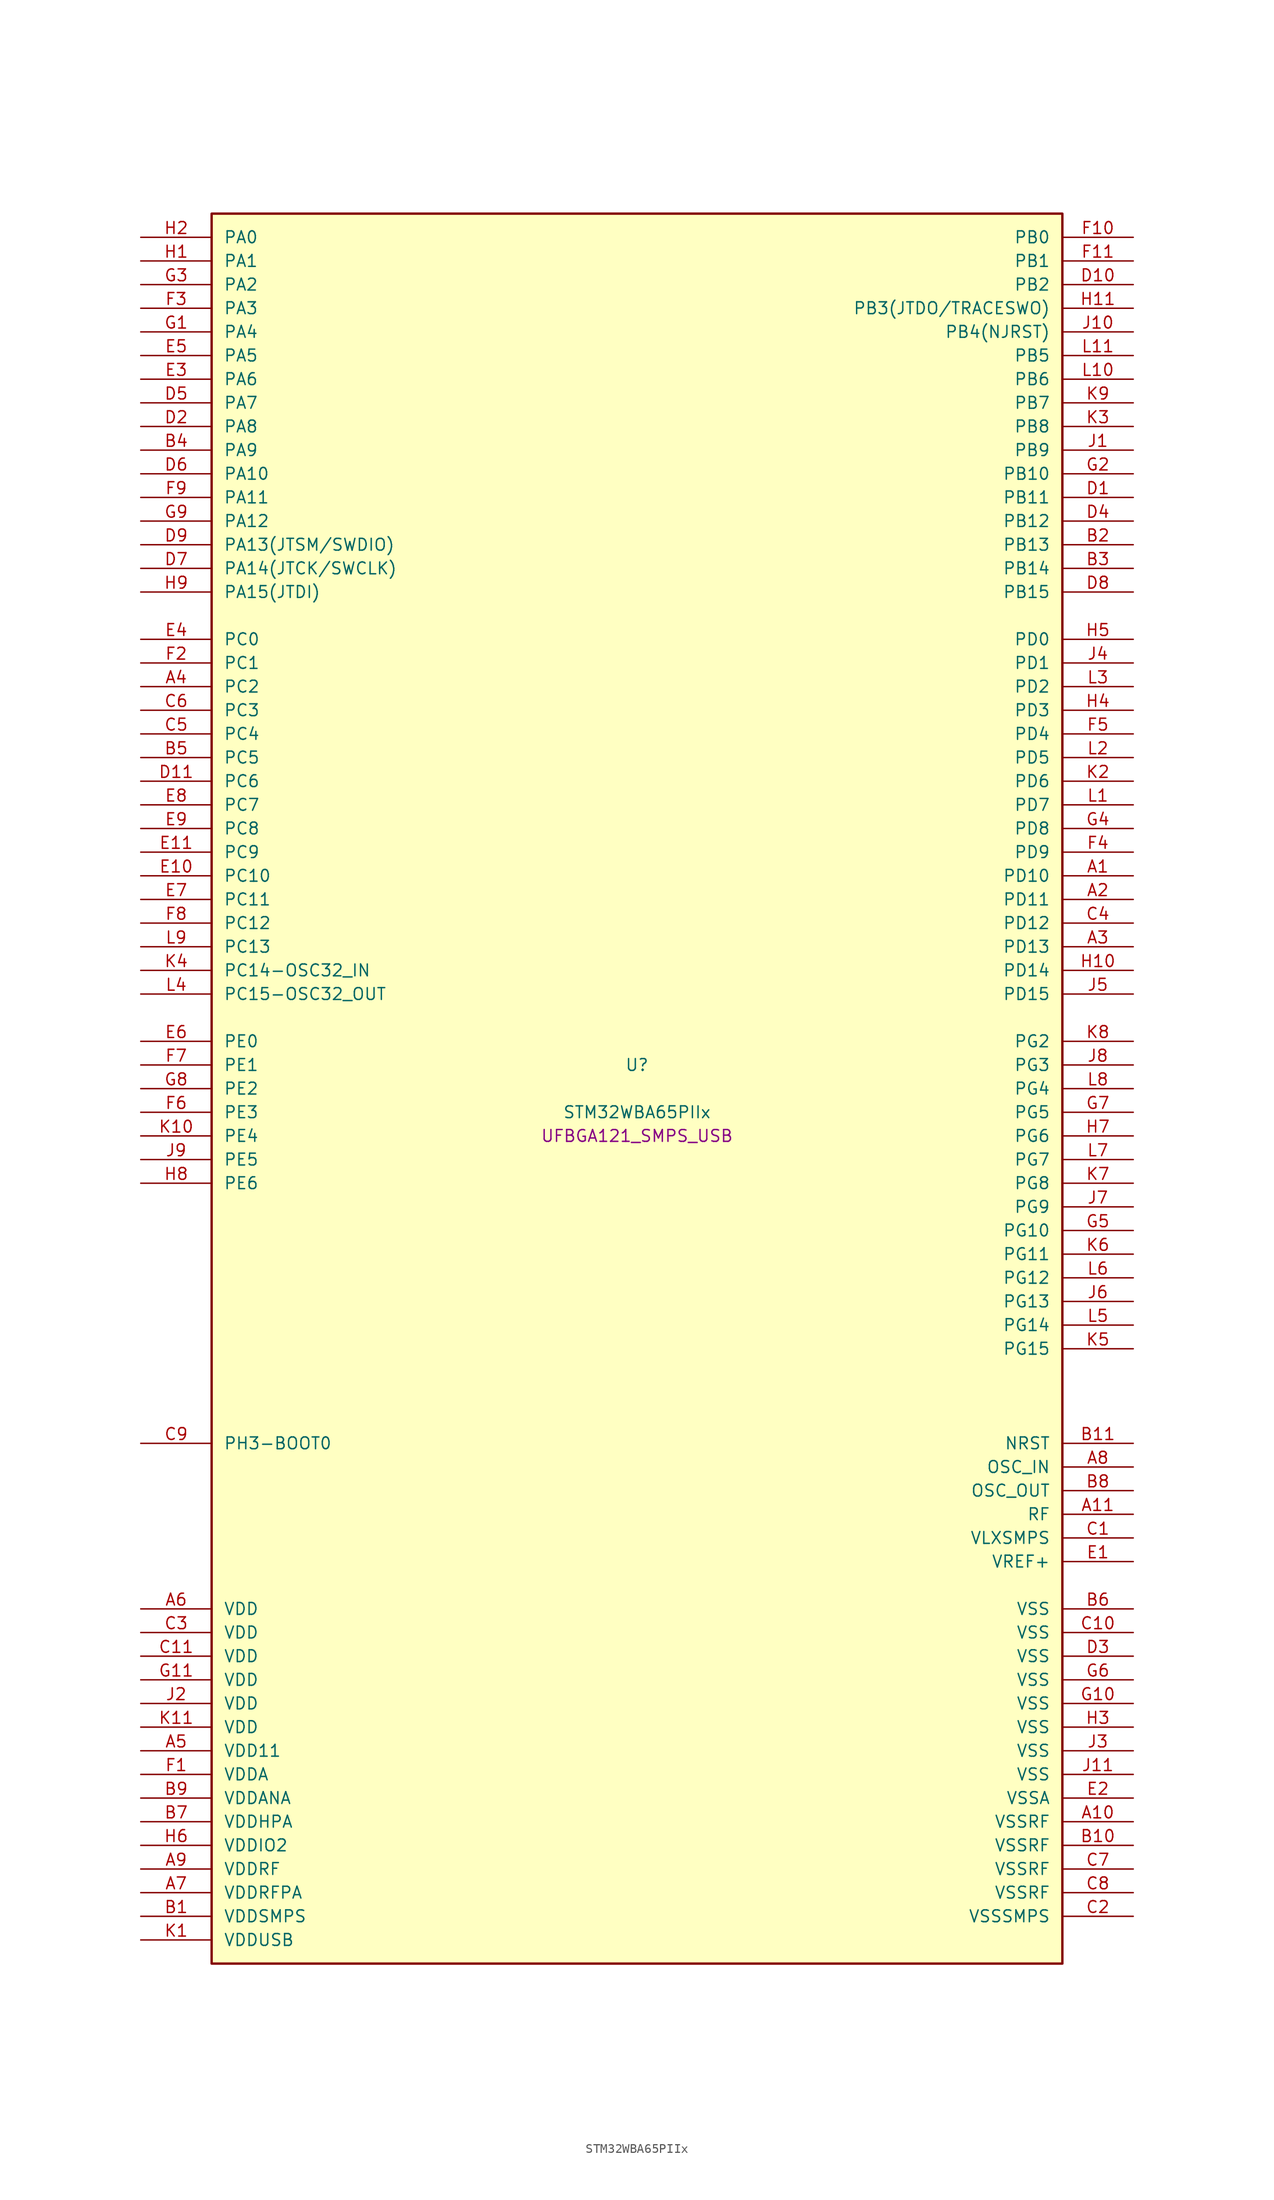
<source format=kicad_sym>
(kicad_symbol_lib
  (version 20241209)
  (generator "stm32_pkl_generator")
  (generator_version "1.0")
  (symbol "STM32WBA65PIIx"
    (pin_names
      (offset 1.27))
    (property "Reference" "U"
      (at 0 2.54 0))
    (property "Value" "STM32WBA65PIIx"
      (at 0 -2.54 0))
    (property "Footprint" "UFBGA121_SMPS_USB"
      (at 0 -5.08 0))
    (symbol "STM32WBA65PIIx_1_1"
      (rectangle (start -45.72 93.98) (end 45.72 -93.98) (stroke (width 0.254) (type solid)) (fill (type background)))
      (pin bidirectional line (at -53.34 91.44 0) (length 7.62) (name "PA0") (number "H2") (alternate "PA0/ADC4_IN9" bidirectional line) (alternate "PA0/COMP2_INP" bidirectional line) (alternate "PA0/LPTIM1_IN1" bidirectional line) (alternate "PA0/LPUART1_CTS" bidirectional line) (alternate "PA0/PWR_WKUP1" bidirectional line) (alternate "PA0/SPI3_SCK" bidirectional line) (alternate "PA0/TIM1_CH2N" bidirectional line) (alternate "PA0/TIM3_CH3" bidirectional line) (alternate "PA0/TIM3_ETR" bidirectional line) (alternate "PA0/TSC_G2_IO2" bidirectional line))
      (pin bidirectional line (at -53.34 88.9 0) (length 7.62) (name "PA1") (number "H1") (alternate "PA1/ADC4_IN8" bidirectional line) (alternate "PA1/COMP1_INM" bidirectional line) (alternate "PA1/LPTIM2_CH2" bidirectional line) (alternate "PA1/LPUART1_RX" bidirectional line) (alternate "PA1/PWR_WKUP3" bidirectional line) (alternate "PA1/SAI1_CK1" bidirectional line) (alternate "PA1/SPI1_RDY" bidirectional line) (alternate "PA1/SPI3_MISO" bidirectional line) (alternate "PA1/TIM17_CH1" bidirectional line) (alternate "PA1/TIM1_CH1N" bidirectional line) (alternate "PA1/TIM3_CH2" bidirectional line) (alternate "PA1/TSC_G2_IO1" bidirectional line) (alternate "PA1/USART1_CK" bidirectional line))
      (pin bidirectional line (at -53.34 86.36 0) (length 7.62) (name "PA2") (number "G3") (alternate "PA2/ADC4_IN7" bidirectional line) (alternate "PA2/COMP1_INP" bidirectional line) (alternate "PA2/LPUART1_TX" bidirectional line) (alternate "PA2/PWR_WKUP4" bidirectional line) (alternate "PA2/RCC_LSCO" bidirectional line) (alternate "PA2/SAI1_D1" bidirectional line) (alternate "PA2/TIM16_CH1" bidirectional line) (alternate "PA2/TIM1_BKIN" bidirectional line) (alternate "PA2/TIM3_CH1" bidirectional line) (alternate "PA2/TSC_G4_IO4" bidirectional line) (alternate "PA2/USART1_DE" bidirectional line) (alternate "PA2/USART1_RTS" bidirectional line))
      (pin bidirectional line (at -53.34 83.82 0) (length 7.62) (name "PA3") (number "F3") (alternate "PA3/ADC4_IN6" bidirectional line) (alternate "PA3/PWR_WKUP5" bidirectional line) (alternate "PA3/TIM16_CH1N" bidirectional line) (alternate "PA3/TSC_G4_IO2" bidirectional line) (alternate "PA3/USART1_DE" bidirectional line) (alternate "PA3/USART1_RTS" bidirectional line))
      (pin bidirectional line (at -53.34 81.28 0) (length 7.62) (name "PA4") (number "G1") (alternate "PA4/ADC4_IN5" bidirectional line) (alternate "PA4/AUDIOCLK" bidirectional line) (alternate "PA4/PWR_WKUP2" bidirectional line) (alternate "PA4/TAMP_IN6" bidirectional line) (alternate "PA4/TAMP_OUT3" bidirectional line) (alternate "PA4/TIM16_CH1" bidirectional line) (alternate "PA4/TSC_G4_IO1" bidirectional line) (alternate "PA4/USART1_CTS" bidirectional line))
      (pin bidirectional line (at -53.34 78.74 0) (length 7.62) (name "PA5") (number "E5") (alternate "PA5/ADC4_IN4" bidirectional line) (alternate "PA5/AUDIOCLK" bidirectional line) (alternate "PA5/LPTIM2_ETR" bidirectional line) (alternate "PA5/PWR_CSLEEP" bidirectional line) (alternate "PA5/PWR_WKUP6" bidirectional line) (alternate "PA5/SAI1_D2" bidirectional line) (alternate "PA5/SPI3_NSS" bidirectional line) (alternate "PA5/TIM2_CH1" bidirectional line) (alternate "PA5/TIM2_ETR" bidirectional line) (alternate "PA5/TSC_G1_IO4" bidirectional line) (alternate "PA5/USART1_CK" bidirectional line) (alternate "PA5/USART3_RX" bidirectional line))
      (pin bidirectional line (at -53.34 76.2 0) (length 7.62) (name "PA6") (number "E3") (alternate "PA6/ADC4_IN3" bidirectional line) (alternate "PA6/I2C3_SCL" bidirectional line) (alternate "PA6/PWR_CSTOP" bidirectional line) (alternate "PA6/PWR_WKUP7" bidirectional line) (alternate "PA6/SAI1_CK2" bidirectional line) (alternate "PA6/SAI1_MCLK_A" bidirectional line) (alternate "PA6/SPI3_RDY" bidirectional line) (alternate "PA6/TIM2_CH4" bidirectional line) (alternate "PA6/TSC_G1_IO3" bidirectional line) (alternate "PA6/USART1_DE" bidirectional line) (alternate "PA6/USART1_RTS" bidirectional line) (alternate "PA6/USART3_CTS" bidirectional line))
      (pin bidirectional line (at -53.34 73.66 0) (length 7.62) (name "PA7") (number "D5") (alternate "PA7/ADC4_IN2" bidirectional line) (alternate "PA7/COMP1_OUT" bidirectional line) (alternate "PA7/I2C3_SDA" bidirectional line) (alternate "PA7/PWR_WKUP8" bidirectional line) (alternate "PA7/SAI1_SCK_A" bidirectional line) (alternate "PA7/SPI3_SCK" bidirectional line) (alternate "PA7/TAMP_IN1" bidirectional line) (alternate "PA7/TAMP_OUT2" bidirectional line) (alternate "PA7/TIM2_CH3" bidirectional line) (alternate "PA7/TSC_G1_IO2" bidirectional line) (alternate "PA7/USART1_CTS" bidirectional line) (alternate "PA7/USART3_TX" bidirectional line))
      (pin bidirectional line (at -53.34 71.12 0) (length 7.62) (name "PA8") (number "D2") (alternate "PA8/ADC4_IN1" bidirectional line) (alternate "PA8/LPTIM1_CH2" bidirectional line) (alternate "PA8/RCC_MCO" bidirectional line) (alternate "PA8/SAI1_FS_A" bidirectional line) (alternate "PA8/SPI3_RDY" bidirectional line) (alternate "PA8/TIM2_CH2" bidirectional line) (alternate "PA8/TSC_G1_IO1" bidirectional line) (alternate "PA8/USART1_RX" bidirectional line) (alternate "PA8/USB_OTG_HS_SOF" bidirectional line))
      (pin bidirectional line (at -53.34 68.58 0) (length 7.62) (name "PA9") (number "B4") (alternate "PA9/LPUART1_DE" bidirectional line) (alternate "PA9/LPUART1_RTS" bidirectional line) (alternate "PA9/SAI1_CK1" bidirectional line) (alternate "PA9/SPI2_MISO" bidirectional line) (alternate "PA9/SPI2_SCK" bidirectional line) (alternate "PA9/TIM3_CH2" bidirectional line))
      (pin bidirectional line (at -53.34 66.04 0) (length 7.62) (name "PA10") (number "D6") (alternate "PA10/LPUART1_RX" bidirectional line) (alternate "PA10/SAI1_D1" bidirectional line) (alternate "PA10/SPI2_NSS" bidirectional line) (alternate "PA10/TIM3_CH1" bidirectional line))
      (pin bidirectional line (at -53.34 63.5 0) (length 7.62) (name "PA11") (number "F9") (alternate "PA11/LPTIM2_CH1" bidirectional line) (alternate "PA11/RF_ANTSW1" bidirectional line) (alternate "PA11/TIM1_CH1" bidirectional line) (alternate "PA11/USART2_RX" bidirectional line))
      (pin bidirectional line (at -53.34 60.96 0) (length 7.62) (name "PA12") (number "G9") (alternate "PA12/COMP2_OUT" bidirectional line) (alternate "PA12/PTA_STATUS" bidirectional line) (alternate "PA12/PWR_WKUP6" bidirectional line) (alternate "PA12/RF_ANTSW0" bidirectional line) (alternate "PA12/SPI1_NSS" bidirectional line) (alternate "PA12/TIM1_CH2" bidirectional line) (alternate "PA12/TSC_G3_IO4" bidirectional line) (alternate "PA12/USART2_TX" bidirectional line))
      (pin bidirectional line (at -53.34 58.42 0) (length 7.62) (name "PA13(JTSM/SWDIO)") (number "D9") (alternate "PA13(JTSM/SWDIO)/DEBUG_JTMS-SWDIO" bidirectional line) (alternate "PA13(JTSM/SWDIO)/IR_OUT" bidirectional line) (alternate "PA13(JTSM/SWDIO)/PTA_PRIORITY" bidirectional line))
      (pin bidirectional line (at -53.34 55.88 0) (length 7.62) (name "PA14(JTCK/SWCLK)") (number "D7") (alternate "PA14(JTCK/SWCLK)/COMP2_OUT" bidirectional line) (alternate "PA14(JTCK/SWCLK)/DEBUG_JTCK-SWCLK" bidirectional line) (alternate "PA14(JTCK/SWCLK)/I2C4_SMBA" bidirectional line) (alternate "PA14(JTCK/SWCLK)/PTA_STATUS" bidirectional line) (alternate "PA14(JTCK/SWCLK)/TAMP_IN3" bidirectional line) (alternate "PA14(JTCK/SWCLK)/TAMP_OUT6" bidirectional line) (alternate "PA14(JTCK/SWCLK)/USART2_TX" bidirectional line) (alternate "PA14(JTCK/SWCLK)/USB_OTG_HS_SOF" bidirectional line))
      (pin bidirectional line (at -53.34 53.34 0) (length 7.62) (name "PA15(JTDI)") (number "H9") (alternate "PA15(JTDI)/ADC4_EXTI15" bidirectional line) (alternate "PA15(JTDI)/DEBUG_JTDI" bidirectional line) (alternate "PA15(JTDI)/I2C1_SCL" bidirectional line) (alternate "PA15(JTDI)/LPTIM1_CH2" bidirectional line) (alternate "PA15(JTDI)/PTA_STATUS" bidirectional line) (alternate "PA15(JTDI)/SPI1_MOSI" bidirectional line) (alternate "PA15(JTDI)/TIM17_BKIN" bidirectional line) (alternate "PA15(JTDI)/TIM1_ETR" bidirectional line) (alternate "PA15(JTDI)/TSC_G3_IO3" bidirectional line) (alternate "PA15(JTDI)/USART2_DE" bidirectional line) (alternate "PA15(JTDI)/USART2_RTS" bidirectional line) (alternate "PA15(JTDI)/USART3_DE" bidirectional line) (alternate "PA15(JTDI)/USART3_RTS" bidirectional line))
      (pin bidirectional line (at 53.34 91.44 180) (length 7.62) (name "PB0") (number "F10") (alternate "PB0/LPTIM2_IN2" bidirectional line) (alternate "PB0/SPI2_MOSI" bidirectional line) (alternate "PB0/TIM1_CH3N" bidirectional line) (alternate "PB0/USART2_TX" bidirectional line) (alternate "PB0/USART3_CK" bidirectional line))
      (pin bidirectional line (at 53.34 88.9 180) (length 7.62) (name "PB1") (number "F11") (alternate "PB1/I2C1_SDA" bidirectional line) (alternate "PB1/I2C3_SDA" bidirectional line) (alternate "PB1/PWR_WKUP4" bidirectional line) (alternate "PB1/TIM1_CH2N" bidirectional line) (alternate "PB1/USART2_DE" bidirectional line) (alternate "PB1/USART2_RTS" bidirectional line) (alternate "PB1/USART3_DE" bidirectional line) (alternate "PB1/USART3_RTS" bidirectional line))
      (pin bidirectional line (at 53.34 86.36 180) (length 7.62) (name "PB2") (number "D10") (alternate "PB2/I2C1_SCL" bidirectional line) (alternate "PB2/I2C3_SCL" bidirectional line) (alternate "PB2/PWR_WKUP1" bidirectional line) (alternate "PB2/RF_ANTSW2" bidirectional line) (alternate "PB2/RTC_OUT2" bidirectional line) (alternate "PB2/TIM1_CH1N" bidirectional line) (alternate "PB2/USART2_CTS" bidirectional line))
      (pin bidirectional line (at 53.34 83.82 180) (length 7.62) (name "PB3(JTDO/TRACESWO)") (number "H11") (alternate "PB3(JTDO/TRACESWO)/DEBUG_JTDO-SWO" bidirectional line) (alternate "PB3(JTDO/TRACESWO)/I2C1_SDA" bidirectional line) (alternate "PB3(JTDO/TRACESWO)/LPTIM1_IN2" bidirectional line) (alternate "PB3(JTDO/TRACESWO)/PTA_ACTIVE" bidirectional line) (alternate "PB3(JTDO/TRACESWO)/SPI1_MISO" bidirectional line) (alternate "PB3(JTDO/TRACESWO)/TIM17_CH1N" bidirectional line) (alternate "PB3(JTDO/TRACESWO)/TIM1_CH4" bidirectional line) (alternate "PB3(JTDO/TRACESWO)/TSC_G3_IO2" bidirectional line) (alternate "PB3(JTDO/TRACESWO)/USART2_CK" bidirectional line))
      (pin bidirectional line (at 53.34 81.28 180) (length 7.62) (name "PB4(NJRST)") (number "J10") (alternate "PB4(NJRST)/DEBUG_NJTRST" bidirectional line) (alternate "PB4(NJRST)/LPTIM2_IN2" bidirectional line) (alternate "PB4(NJRST)/PTA_ACTIVE" bidirectional line) (alternate "PB4(NJRST)/PTA_PRIORITY" bidirectional line) (alternate "PB4(NJRST)/SAI1_MCLK_B" bidirectional line) (alternate "PB4(NJRST)/SPI1_SCK" bidirectional line) (alternate "PB4(NJRST)/TIM17_CH1" bidirectional line) (alternate "PB4(NJRST)/TIM1_CH3" bidirectional line) (alternate "PB4(NJRST)/TSC_G3_IO1" bidirectional line) (alternate "PB4(NJRST)/USART2_RX" bidirectional line))
      (pin bidirectional line (at 53.34 78.74 180) (length 7.62) (name "PB5") (number "L11") (alternate "PB5/LPUART1_TX" bidirectional line) (alternate "PB5/SAI1_D2" bidirectional line) (alternate "PB5/SAI1_FS_B" bidirectional line) (alternate "PB5/TIM3_CH1" bidirectional line) (alternate "PB5/TSC_G5_IO4" bidirectional line))
      (pin bidirectional line (at 53.34 76.2 180) (length 7.62) (name "PB6") (number "L10") (alternate "PB6/PWR_WKUP3" bidirectional line) (alternate "PB6/SAI1_SCK_B" bidirectional line) (alternate "PB6/TIM2_CH1" bidirectional line) (alternate "PB6/TIM2_ETR" bidirectional line) (alternate "PB6/TIM4_CH1" bidirectional line) (alternate "PB6/TSC_G5_IO3" bidirectional line))
      (pin bidirectional line (at 53.34 73.66 180) (length 7.62) (name "PB7") (number "K9") (alternate "PB7/PWR_WKUP5" bidirectional line) (alternate "PB7/SAI1_SD_B" bidirectional line) (alternate "PB7/TAMP_IN5" bidirectional line) (alternate "PB7/TAMP_OUT4" bidirectional line) (alternate "PB7/TIM1_CH4N" bidirectional line) (alternate "PB7/TIM4_CH2" bidirectional line) (alternate "PB7/TSC_G5_IO2" bidirectional line))
      (pin bidirectional line (at 53.34 71.12 180) (length 7.62) (name "PB8") (number "K3") (alternate "PB8/COMP1_OUT" bidirectional line) (alternate "PB8/LPTIM1_ETR" bidirectional line) (alternate "PB8/PWR_PVD_IN" bidirectional line) (alternate "PB8/SPI3_MOSI" bidirectional line) (alternate "PB8/TIM16_CH1N" bidirectional line) (alternate "PB8/TIM1_CH1" bidirectional line) (alternate "PB8/TIM3_ETR" bidirectional line) (alternate "PB8/TIM4_CH3" bidirectional line) (alternate "PB8/TSC_G2_IO4" bidirectional line) (alternate "PB8/USART2_RX" bidirectional line))
      (pin bidirectional line (at 53.34 68.58 180) (length 7.62) (name "PB9") (number "J1") (alternate "PB9/ADC4_IN10" bidirectional line) (alternate "PB9/COMP2_INM" bidirectional line) (alternate "PB9/IR_OUT" bidirectional line) (alternate "PB9/LPTIM2_IN1" bidirectional line) (alternate "PB9/LPUART1_DE" bidirectional line) (alternate "PB9/LPUART1_RTS" bidirectional line) (alternate "PB9/PWR_WKUP8" bidirectional line) (alternate "PB9/SPI2_NSS" bidirectional line) (alternate "PB9/SPI3_MISO" bidirectional line) (alternate "PB9/TIM16_CH1" bidirectional line) (alternate "PB9/TIM1_CH3N" bidirectional line) (alternate "PB9/TIM3_CH4" bidirectional line) (alternate "PB9/TIM4_CH4" bidirectional line) (alternate "PB9/TSC_G2_IO3" bidirectional line))
      (pin bidirectional line (at 53.34 66.04 180) (length 7.62) (name "PB10") (number "G2") (alternate "PB10/I2C2_SCL" bidirectional line) (alternate "PB10/I2C4_SCL" bidirectional line) (alternate "PB10/SPI2_SCK" bidirectional line) (alternate "PB10/TIM16_BKIN" bidirectional line) (alternate "PB10/TSC_G4_IO3" bidirectional line) (alternate "PB10/USART1_CK" bidirectional line) (alternate "PB10/USART3_TX" bidirectional line))
      (pin bidirectional line (at 53.34 63.5 180) (length 7.62) (name "PB11") (number "D1") (alternate "PB11/I2C2_SDA" bidirectional line) (alternate "PB11/I2C4_SDA" bidirectional line) (alternate "PB11/LPTIM1_CH1" bidirectional line) (alternate "PB11/LPTIM1_ETR" bidirectional line) (alternate "PB11/LPUART1_TX" bidirectional line) (alternate "PB11/SPI2_RDY" bidirectional line) (alternate "PB11/USART3_RX" bidirectional line))
      (pin bidirectional line (at 53.34 60.96 180) (length 7.62) (name "PB12") (number "D4") (alternate "PB12/I2C2_SMBA" bidirectional line) (alternate "PB12/SAI1_SD_A" bidirectional line) (alternate "PB12/SPI1_RDY" bidirectional line) (alternate "PB12/SPI2_NSS" bidirectional line) (alternate "PB12/TIM2_CH1" bidirectional line) (alternate "PB12/TIM2_ETR" bidirectional line) (alternate "PB12/TIM3_ETR" bidirectional line) (alternate "PB12/TSC_SYNC" bidirectional line) (alternate "PB12/USART1_TX" bidirectional line) (alternate "PB12/USART3_CK" bidirectional line))
      (pin bidirectional line (at 53.34 58.42 180) (length 7.62) (name "PB13") (number "B2") (alternate "PB13/I2C2_SCL" bidirectional line) (alternate "PB13/SPI2_SCK" bidirectional line) (alternate "PB13/TIM3_CH4" bidirectional line) (alternate "PB13/TSC_G6_IO2" bidirectional line) (alternate "PB13/USART3_CTS" bidirectional line))
      (pin bidirectional line (at 53.34 55.88 180) (length 7.62) (name "PB14") (number "B3") (alternate "PB14/I2C2_SDA" bidirectional line) (alternate "PB14/PWR_WKUP7" bidirectional line) (alternate "PB14/RTC_REFIN" bidirectional line) (alternate "PB14/SAI1_SD_A" bidirectional line) (alternate "PB14/SPI2_MISO" bidirectional line) (alternate "PB14/TIM3_CH3" bidirectional line) (alternate "PB14/TSC_G6_IO1" bidirectional line) (alternate "PB14/USART1_TX" bidirectional line) (alternate "PB14/USART3_DE" bidirectional line) (alternate "PB14/USART3_RTS" bidirectional line))
      (pin bidirectional line (at 53.34 53.34 180) (length 7.62) (name "PB15") (number "D8") (alternate "PB15/ADC4_EXTI15" bidirectional line) (alternate "PB15/I2C1_SMBA" bidirectional line) (alternate "PB15/I2C3_SMBA" bidirectional line) (alternate "PB15/LPUART1_CTS" bidirectional line) (alternate "PB15/PTA_GRANT" bidirectional line) (alternate "PB15/RF_EXTPABYP" bidirectional line) (alternate "PB15/TIM16_BKIN" bidirectional line) (alternate "PB15/TIM1_BKIN2" bidirectional line) (alternate "PB15/USART2_CTS" bidirectional line))
      (pin bidirectional line (at -53.34 48.26 0) (length 7.62) (name "PC0") (number "E4") (alternate "PC0/I2C3_SCL" bidirectional line) (alternate "PC0/LPTIM1_IN1" bidirectional line) (alternate "PC0/LPTIM2_IN1" bidirectional line) (alternate "PC0/LPUART1_RX" bidirectional line) (alternate "PC0/SPI2_RDY" bidirectional line))
      (pin bidirectional line (at -53.34 45.72 0) (length 7.62) (name "PC1") (number "F2") (alternate "PC1/I2C3_SDA" bidirectional line) (alternate "PC1/LPTIM1_CH1" bidirectional line) (alternate "PC1/LPUART1_TX" bidirectional line) (alternate "PC1/SAI1_SD_A" bidirectional line) (alternate "PC1/SPI2_MOSI" bidirectional line))
      (pin bidirectional line (at -53.34 43.18 0) (length 7.62) (name "PC2") (number "A4") (alternate "PC2/LPTIM1_IN2" bidirectional line) (alternate "PC2/SPI2_MISO" bidirectional line))
      (pin bidirectional line (at -53.34 40.64 0) (length 7.62) (name "PC3") (number "C6") (alternate "PC3/LPTIM1_ETR" bidirectional line) (alternate "PC3/LPTIM2_ETR" bidirectional line) (alternate "PC3/SAI1_D1" bidirectional line) (alternate "PC3/SAI1_SD_A" bidirectional line) (alternate "PC3/SPI2_MOSI" bidirectional line) (alternate "PC3/SPI3_MOSI" bidirectional line) (alternate "PC3/TIM3_CH1" bidirectional line))
      (pin bidirectional line (at -53.34 38.1 0) (length 7.62) (name "PC4") (number "C5") (alternate "PC4/LPTIM2_CH2" bidirectional line) (alternate "PC4/SAI1_D2" bidirectional line) (alternate "PC4/SAI1_FS_A" bidirectional line) (alternate "PC4/SPI3_MISO" bidirectional line) (alternate "PC4/TIM3_CH2" bidirectional line) (alternate "PC4/USART3_TX" bidirectional line))
      (pin bidirectional line (at -53.34 35.56 0) (length 7.62) (name "PC5") (number "B5") (alternate "PC5/SAI1_D3" bidirectional line) (alternate "PC5/SAI1_SD_B" bidirectional line) (alternate "PC5/TIM1_CH4N" bidirectional line) (alternate "PC5/USART3_RX" bidirectional line))
      (pin bidirectional line (at -53.34 33.02 0) (length 7.62) (name "PC6") (number "D11") (alternate "PC6/PWR_CSLEEP" bidirectional line) (alternate "PC6/TIM3_CH1" bidirectional line))
      (pin bidirectional line (at -53.34 30.48 0) (length 7.62) (name "PC7") (number "E8") (alternate "PC7/LPTIM2_CH2" bidirectional line) (alternate "PC7/PWR_CSTOP" bidirectional line) (alternate "PC7/TIM3_CH2" bidirectional line) (alternate "PC7/USART2_DE" bidirectional line) (alternate "PC7/USART2_RTS" bidirectional line))
      (pin bidirectional line (at -53.34 27.94 0) (length 7.62) (name "PC8") (number "E9") (alternate "PC8/TIM3_CH3" bidirectional line) (alternate "PC8/USART2_RX" bidirectional line))
      (pin bidirectional line (at -53.34 25.4 0) (length 7.62) (name "PC9") (number "E11") (alternate "PC9/TIM3_CH4" bidirectional line) (alternate "PC9/USART2_TX" bidirectional line))
      (pin bidirectional line (at -53.34 22.86 0) (length 7.62) (name "PC10") (number "E10") (alternate "PC10/SPI3_SCK" bidirectional line) (alternate "PC10/USART3_TX" bidirectional line))
      (pin bidirectional line (at -53.34 20.32 0) (length 7.62) (name "PC11") (number "E7") (alternate "PC11/SPI3_MISO" bidirectional line) (alternate "PC11/USART3_RX" bidirectional line))
      (pin bidirectional line (at -53.34 17.78 0) (length 7.62) (name "PC12") (number "F8") (alternate "PC12/SPI3_MOSI" bidirectional line) (alternate "PC12/USART3_CK" bidirectional line))
      (pin bidirectional line (at -53.34 15.24 0) (length 7.62) (name "PC13") (number "L9") (alternate "PC13/PWR_WKUP2" bidirectional line) (alternate "PC13/RTC_OUT1" bidirectional line) (alternate "PC13/RTC_TS" bidirectional line) (alternate "PC13/TAMP_IN4" bidirectional line) (alternate "PC13/TAMP_OUT5" bidirectional line) (alternate "PC13/TIM1_BKIN2" bidirectional line) (alternate "PC13/TSC_G5_IO1" bidirectional line))
      (pin bidirectional line (at -53.34 12.7 0) (length 7.62) (name "PC14-OSC32_IN") (number "K4") (alternate "PC14-OSC32_IN/RCC_OSC32_IN" bidirectional line))
      (pin bidirectional line (at -53.34 10.16 0) (length 7.62) (name "PC15-OSC32_OUT") (number "L4") (alternate "PC15-OSC32_OUT/ADC4_EXTI15" bidirectional line) (alternate "PC15-OSC32_OUT/RCC_OSC32_OUT" bidirectional line))
      (pin bidirectional line (at 53.34 48.26 180) (length 7.62) (name "PD0") (number "H5") (alternate "PD0/SPI2_NSS" bidirectional line) (alternate "PD0/TSC_G8_IO3" bidirectional line))
      (pin bidirectional line (at 53.34 45.72 180) (length 7.62) (name "PD1") (number "J4") (alternate "PD1/SPI2_SCK" bidirectional line) (alternate "PD1/TSC_G8_IO2" bidirectional line))
      (pin bidirectional line (at 53.34 43.18 180) (length 7.62) (name "PD2") (number "L3") (alternate "PD2/TIM3_ETR" bidirectional line) (alternate "PD2/TSC_SYNC" bidirectional line) (alternate "PD2/USART3_DE" bidirectional line) (alternate "PD2/USART3_RTS" bidirectional line))
      (pin bidirectional line (at 53.34 40.64 180) (length 7.62) (name "PD3") (number "H4") (alternate "PD3/SPI2_MISO" bidirectional line) (alternate "PD3/SPI2_SCK" bidirectional line) (alternate "PD3/TSC_G8_IO1" bidirectional line) (alternate "PD3/USART2_CTS" bidirectional line))
      (pin bidirectional line (at 53.34 38.1 180) (length 7.62) (name "PD4") (number "F5") (alternate "PD4/LPTIM2_IN2" bidirectional line) (alternate "PD4/USART3_RX" bidirectional line))
      (pin bidirectional line (at 53.34 35.56 180) (length 7.62) (name "PD5") (number "L2") (alternate "PD5/SAI1_D1" bidirectional line) (alternate "PD5/SAI1_SD_A" bidirectional line) (alternate "PD5/SPI3_MOSI" bidirectional line) (alternate "PD5/USART2_RX" bidirectional line))
      (pin bidirectional line (at 53.34 33.02 180) (length 7.62) (name "PD6") (number "K2") (alternate "PD6/USB_OTG_HS_DP" bidirectional line))
      (pin bidirectional line (at 53.34 30.48 180) (length 7.62) (name "PD7") (number "L1") (alternate "PD7/USB_OTG_HS_DM" bidirectional line))
      (pin bidirectional line (at 53.34 27.94 180) (length 7.62) (name "PD8") (number "G4") (alternate "PD8/USART2_CK" bidirectional line) (alternate "PD8/USB_OTG_HS_ID" bidirectional line))
      (pin bidirectional line (at 53.34 25.4 180) (length 7.62) (name "PD9") (number "F4") (alternate "PD9/USART2_TX" bidirectional line) (alternate "PD9/USART3_TX" bidirectional line) (alternate "PD9/USB_OTG_HS_VBUS" bidirectional line))
      (pin bidirectional line (at 53.34 22.86 180) (length 7.62) (name "PD10") (number "A1") (alternate "PD10/LPTIM2_CH2" bidirectional line) (alternate "PD10/USART3_CK" bidirectional line))
      (pin bidirectional line (at 53.34 20.32 180) (length 7.62) (name "PD11") (number "A2") (alternate "PD11/I2C4_SMBA" bidirectional line) (alternate "PD11/LPTIM2_ETR" bidirectional line) (alternate "PD11/USART3_CTS" bidirectional line))
      (pin bidirectional line (at 53.34 17.78 180) (length 7.62) (name "PD12") (number "C4") (alternate "PD12/I2C4_SCL" bidirectional line) (alternate "PD12/LPTIM2_IN1" bidirectional line) (alternate "PD12/TIM4_CH1" bidirectional line) (alternate "PD12/TSC_G6_IO3" bidirectional line) (alternate "PD12/USART3_DE" bidirectional line) (alternate "PD12/USART3_RTS" bidirectional line))
      (pin bidirectional line (at 53.34 15.24 180) (length 7.62) (name "PD13") (number "A3") (alternate "PD13/I2C4_SDA" bidirectional line) (alternate "PD13/LPTIM2_CH1" bidirectional line) (alternate "PD13/TIM4_CH2" bidirectional line) (alternate "PD13/TSC_G6_IO4" bidirectional line))
      (pin bidirectional line (at 53.34 12.7 180) (length 7.62) (name "PD14") (number "H10") (alternate "PD14/DEBUG_TRACED3" bidirectional line) (alternate "PD14/TIM4_CH3" bidirectional line))
      (pin bidirectional line (at 53.34 10.16 180) (length 7.62) (name "PD15") (number "J5") (alternate "PD15/ADC4_EXTI15" bidirectional line) (alternate "PD15/TIM4_CH4" bidirectional line) (alternate "PD15/TSC_G8_IO4" bidirectional line))
      (pin bidirectional line (at -53.34 5.08 0) (length 7.62) (name "PE0") (number "E6") (alternate "PE0/DEBUG_TRACECLK" bidirectional line) (alternate "PE0/TIM16_CH1" bidirectional line) (alternate "PE0/TIM4_ETR" bidirectional line) (alternate "PE0/TSC_G7_IO4" bidirectional line))
      (pin bidirectional line (at -53.34 2.54 0) (length 7.62) (name "PE1") (number "F7") (alternate "PE1/DEBUG_TRACED0" bidirectional line) (alternate "PE1/TIM17_CH1" bidirectional line) (alternate "PE1/TSC_G7_IO3" bidirectional line))
      (pin bidirectional line (at -53.34 0 0) (length 7.62) (name "PE2") (number "G8") (alternate "PE2/DEBUG_TRACED1" bidirectional line) (alternate "PE2/SAI1_CK1" bidirectional line) (alternate "PE2/SAI1_MCLK_A" bidirectional line) (alternate "PE2/TIM3_ETR" bidirectional line) (alternate "PE2/TSC_G7_IO2" bidirectional line))
      (pin bidirectional line (at -53.34 -2.54 0) (length 7.62) (name "PE3") (number "F6") (alternate "PE3/DEBUG_TRACED2" bidirectional line) (alternate "PE3/SAI1_SD_B" bidirectional line) (alternate "PE3/TIM3_CH1" bidirectional line) (alternate "PE3/TSC_G7_IO1" bidirectional line))
      (pin bidirectional line (at -53.34 -5.08 0) (length 7.62) (name "PE4") (number "K10") (alternate "PE4/SAI1_D2" bidirectional line) (alternate "PE4/SAI1_FS_A" bidirectional line) (alternate "PE4/TIM3_CH2" bidirectional line))
      (pin bidirectional line (at -53.34 -7.62 0) (length 7.62) (name "PE5") (number "J9") (alternate "PE5/SAI1_CK2" bidirectional line) (alternate "PE5/SAI1_SCK_A" bidirectional line) (alternate "PE5/TIM3_CH3" bidirectional line))
      (pin bidirectional line (at -53.34 -10.16 0) (length 7.62) (name "PE6") (number "H8") (alternate "PE6/SAI1_D1" bidirectional line) (alternate "PE6/SAI1_SD_A" bidirectional line) (alternate "PE6/TIM3_CH4" bidirectional line))
      (pin bidirectional line (at 53.34 5.08 180) (length 7.62) (name "PG2") (number "K8") (alternate "PG2/SAI1_SCK_B" bidirectional line) (alternate "PG2/SPI1_SCK" bidirectional line))
      (pin bidirectional line (at 53.34 2.54 180) (length 7.62) (name "PG3") (number "J8") (alternate "PG3/SAI1_FS_B" bidirectional line) (alternate "PG3/SPI1_MISO" bidirectional line))
      (pin bidirectional line (at 53.34 0 180) (length 7.62) (name "PG4") (number "L8") (alternate "PG4/SAI1_MCLK_B" bidirectional line) (alternate "PG4/SPI1_MOSI" bidirectional line))
      (pin bidirectional line (at 53.34 -2.54 180) (length 7.62) (name "PG5") (number "G7") (alternate "PG5/LPUART1_CTS" bidirectional line) (alternate "PG5/SAI1_SD_B" bidirectional line) (alternate "PG5/SPI1_NSS" bidirectional line))
      (pin bidirectional line (at 53.34 -5.08 180) (length 7.62) (name "PG6") (number "H7") (alternate "PG6/I2C3_SMBA" bidirectional line) (alternate "PG6/LPUART1_DE" bidirectional line) (alternate "PG6/LPUART1_RTS" bidirectional line) (alternate "PG6/SPI1_RDY" bidirectional line))
      (pin bidirectional line (at 53.34 -7.62 180) (length 7.62) (name "PG7") (number "L7") (alternate "PG7/I2C3_SCL" bidirectional line) (alternate "PG7/LPUART1_TX" bidirectional line) (alternate "PG7/SAI1_CK1" bidirectional line) (alternate "PG7/SAI1_MCLK_A" bidirectional line))
      (pin bidirectional line (at 53.34 -10.16 180) (length 7.62) (name "PG8") (number "K7") (alternate "PG8/I2C3_SDA" bidirectional line) (alternate "PG8/LPUART1_RX" bidirectional line))
      (pin bidirectional line (at 53.34 -12.7 180) (length 7.62) (name "PG9") (number "J7") (alternate "PG9/SAI1_SCK_A" bidirectional line) (alternate "PG9/SPI3_SCK" bidirectional line) (alternate "PG9/USART1_TX" bidirectional line))
      (pin bidirectional line (at 53.34 -15.24 180) (length 7.62) (name "PG10") (number "G5") (alternate "PG10/LPTIM1_IN1" bidirectional line) (alternate "PG10/SAI1_FS_A" bidirectional line) (alternate "PG10/SPI3_MISO" bidirectional line) (alternate "PG10/USART1_RX" bidirectional line))
      (pin bidirectional line (at 53.34 -17.78 180) (length 7.62) (name "PG11") (number "K6") (alternate "PG11/LPTIM1_IN2" bidirectional line) (alternate "PG11/SAI1_MCLK_A" bidirectional line) (alternate "PG11/SPI3_MOSI" bidirectional line) (alternate "PG11/USART1_CTS" bidirectional line))
      (pin bidirectional line (at 53.34 -20.32 180) (length 7.62) (name "PG12") (number "L6") (alternate "PG12/LPTIM1_ETR" bidirectional line) (alternate "PG12/SAI1_SD_A" bidirectional line) (alternate "PG12/SPI3_NSS" bidirectional line) (alternate "PG12/USART1_DE" bidirectional line) (alternate "PG12/USART1_RTS" bidirectional line))
      (pin bidirectional line (at 53.34 -22.86 180) (length 7.62) (name "PG13") (number "J6") (alternate "PG13/I2C1_SDA" bidirectional line) (alternate "PG13/SPI3_RDY" bidirectional line) (alternate "PG13/USART1_CK" bidirectional line))
      (pin bidirectional line (at 53.34 -25.4 180) (length 7.62) (name "PG14") (number "L5") (alternate "PG14/I2C1_SCL" bidirectional line) (alternate "PG14/LPTIM1_CH2" bidirectional line))
      (pin bidirectional line (at 53.34 -27.94 180) (length 7.62) (name "PG15") (number "K5") (alternate "PG15/ADC4_EXTI15" bidirectional line) (alternate "PG15/I2C1_SMBA" bidirectional line) (alternate "PG15/LPTIM1_CH1" bidirectional line))
      (pin bidirectional line (at -53.34 -38.1 0) (length 7.62) (name "PH3-BOOT0") (number "C9") (alternate "PH3-BOOT0/PTA_GRANT" bidirectional line) (alternate "PH3-BOOT0/RF_EXTPABYP" bidirectional line) (alternate "PH3-BOOT0/TAMP_IN2" bidirectional line) (alternate "PH3-BOOT0/TAMP_OUT1" bidirectional line))
      (pin input line (at 53.34 -38.1 180) (length 7.62) (name "NRST") (number "B11"))
      (pin bidirectional line (at 53.34 -40.64 180) (length 7.62) (name "OSC_IN") (number "A8") (alternate "OSC_IN/RCC_OSC_IN" bidirectional line))
      (pin bidirectional line (at 53.34 -43.18 180) (length 7.62) (name "OSC_OUT") (number "B8") (alternate "OSC_OUT/RCC_OSC_OUT" bidirectional line))
      (pin bidirectional line (at 53.34 -45.72 180) (length 7.62) (name "RF") (number "A11"))
      (pin power_in line (at 53.34 -48.26 180) (length 7.62) (name "VLXSMPS") (number "C1"))
      (pin bidirectional line (at 53.34 -50.8 180) (length 7.62) (name "VREF+") (number "E1"))
      (pin power_in line (at -53.34 -55.88 0) (length 7.62) (name "VDD") (number "A6"))
      (pin power_in line (at -53.34 -58.42 0) (length 7.62) (name "VDD") (number "C3"))
      (pin power_in line (at -53.34 -60.96 0) (length 7.62) (name "VDD") (number "C11"))
      (pin power_in line (at -53.34 -63.5 0) (length 7.62) (name "VDD") (number "G11"))
      (pin power_in line (at -53.34 -66.04 0) (length 7.62) (name "VDD") (number "J2"))
      (pin power_in line (at -53.34 -68.58 0) (length 7.62) (name "VDD") (number "K11"))
      (pin power_in line (at -53.34 -71.12 0) (length 7.62) (name "VDD11") (number "A5"))
      (pin power_in line (at -53.34 -73.66 0) (length 7.62) (name "VDDA") (number "F1"))
      (pin power_in line (at -53.34 -76.2 0) (length 7.62) (name "VDDANA") (number "B9"))
      (pin power_in line (at -53.34 -78.74 0) (length 7.62) (name "VDDHPA") (number "B7"))
      (pin power_in line (at -53.34 -81.28 0) (length 7.62) (name "VDDIO2") (number "H6"))
      (pin power_in line (at -53.34 -83.82 0) (length 7.62) (name "VDDRF") (number "A9"))
      (pin power_in line (at -53.34 -86.36 0) (length 7.62) (name "VDDRFPA") (number "A7"))
      (pin power_in line (at -53.34 -88.9 0) (length 7.62) (name "VDDSMPS") (number "B1"))
      (pin power_in line (at -53.34 -91.44 0) (length 7.62) (name "VDDUSB") (number "K1"))
      (pin power_in line (at 53.34 -55.88 180) (length 7.62) (name "VSS") (number "B6"))
      (pin power_in line (at 53.34 -58.42 180) (length 7.62) (name "VSS") (number "C10"))
      (pin power_in line (at 53.34 -60.96 180) (length 7.62) (name "VSS") (number "D3"))
      (pin power_in line (at 53.34 -63.5 180) (length 7.62) (name "VSS") (number "G6"))
      (pin power_in line (at 53.34 -66.04 180) (length 7.62) (name "VSS") (number "G10"))
      (pin power_in line (at 53.34 -68.58 180) (length 7.62) (name "VSS") (number "H3"))
      (pin power_in line (at 53.34 -71.12 180) (length 7.62) (name "VSS") (number "J3"))
      (pin power_in line (at 53.34 -73.66 180) (length 7.62) (name "VSS") (number "J11"))
      (pin power_in line (at 53.34 -76.2 180) (length 7.62) (name "VSSA") (number "E2"))
      (pin power_in line (at 53.34 -78.74 180) (length 7.62) (name "VSSRF") (number "A10"))
      (pin power_in line (at 53.34 -81.28 180) (length 7.62) (name "VSSRF") (number "B10"))
      (pin power_in line (at 53.34 -83.82 180) (length 7.62) (name "VSSRF") (number "C7"))
      (pin power_in line (at 53.34 -86.36 180) (length 7.62) (name "VSSRF") (number "C8"))
      (pin power_in line (at 53.34 -88.9 180) (length 7.62) (name "VSSSMPS") (number "C2")))))
</source>
